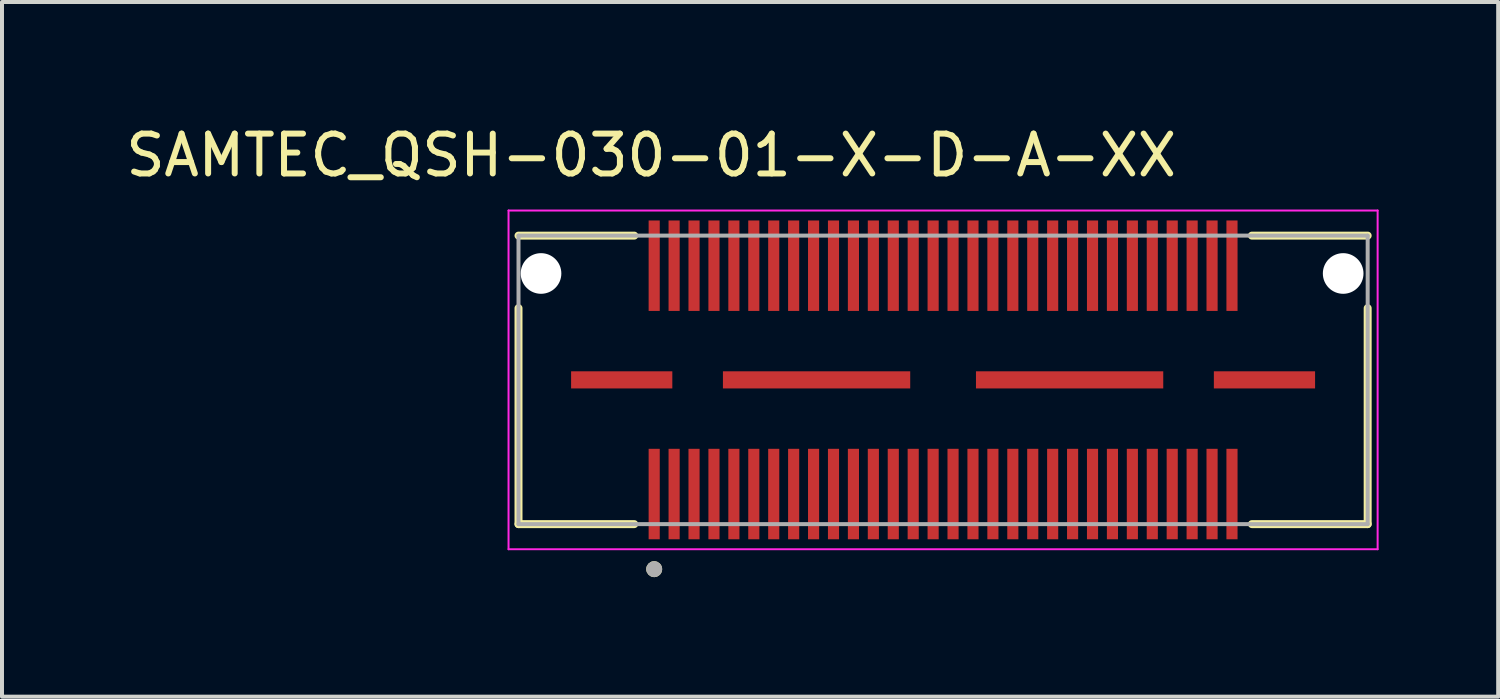
<source format=kicad_pcb>
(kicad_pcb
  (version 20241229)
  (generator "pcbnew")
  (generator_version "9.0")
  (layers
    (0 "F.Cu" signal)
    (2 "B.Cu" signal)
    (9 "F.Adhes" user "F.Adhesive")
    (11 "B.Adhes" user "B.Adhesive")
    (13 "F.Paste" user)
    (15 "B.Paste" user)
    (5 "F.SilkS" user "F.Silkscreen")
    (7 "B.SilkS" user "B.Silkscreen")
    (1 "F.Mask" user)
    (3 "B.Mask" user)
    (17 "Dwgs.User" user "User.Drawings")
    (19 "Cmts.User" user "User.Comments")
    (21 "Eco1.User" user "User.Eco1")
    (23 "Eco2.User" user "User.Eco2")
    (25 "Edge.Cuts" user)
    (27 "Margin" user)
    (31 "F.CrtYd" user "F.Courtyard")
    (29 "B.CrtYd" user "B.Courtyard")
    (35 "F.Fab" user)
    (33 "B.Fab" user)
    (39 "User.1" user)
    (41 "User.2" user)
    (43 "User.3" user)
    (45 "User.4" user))
  (footprint "SAMTEC_QSH-030-01-X-D-A-XX"
    (layer "F.Cu")
    (at 20.617 6.483)
    (property "Reference" "SAMTEC_QSH-030-01-X-D-A-XX" (at -7.325 -5.635 0) (layer "F.SilkS") (effects (font (size 1 1) (thickness 0.15))))
    (attr smd)
    (fp_line (start -10.655 -3.62) (end -7.75 -3.62) (stroke (width 0.2) (type solid)) (layer "F.SilkS"))
    (fp_line (start -10.655 3.62) (end -10.655 -1.8) (stroke (width 0.2) (type solid)) (layer "F.SilkS"))
    (fp_line (start -7.75 3.62) (end -10.655 3.62) (stroke (width 0.2) (type solid)) (layer "F.SilkS"))
    (fp_line (start 7.75 -3.62) (end 10.655 -3.62) (stroke (width 0.2) (type solid)) (layer "F.SilkS"))
    (fp_line (start 10.655 3.62) (end 7.75 3.62) (stroke (width 0.2) (type solid)) (layer "F.SilkS"))
    (fp_line (start 10.655 3.62) (end 10.655 -1.8) (stroke (width 0.2) (type solid)) (layer "F.SilkS"))
    (fp_circle (center -7.25 4.75) (end -7.15 4.75) (stroke (width 0.2) (type solid)) (fill no) (layer "F.SilkS"))
    (fp_line (start -10.905 -4.25) (end 10.905 -4.25) (stroke (width 0.05) (type solid)) (layer "F.CrtYd"))
    (fp_line (start -10.905 4.25) (end -10.905 -4.25) (stroke (width 0.05) (type solid)) (layer "F.CrtYd"))
    (fp_line (start 10.905 -4.25) (end 10.905 4.25) (stroke (width 0.05) (type solid)) (layer "F.CrtYd"))
    (fp_line (start 10.905 4.25) (end -10.905 4.25) (stroke (width 0.05) (type solid)) (layer "F.CrtYd"))
    (fp_line (start -10.655 -3.62) (end 10.655 -3.62) (stroke (width 0.1) (type solid)) (layer "F.Fab"))
    (fp_line (start -10.655 3.62) (end -10.655 -3.62) (stroke (width 0.1) (type solid)) (layer "F.Fab"))
    (fp_line (start 10.655 -3.62) (end 10.655 3.62) (stroke (width 0.1) (type solid)) (layer "F.Fab"))
    (fp_line (start 10.655 3.62) (end -10.655 3.62) (stroke (width 0.1) (type solid)) (layer "F.Fab"))
    (fp_circle (center -7.25 4.75) (end -7.15 4.75) (stroke (width 0.2) (type solid)) (fill no) (layer "F.Fab"))
    (pad "" np_thru_hole circle (at -10.09 -2.67) (size 1.02 1.02) (drill 1.02) (layers "*.Cu" "*.Mask"))
    (pad "" np_thru_hole circle (at 10.04 -2.67) (size 1.02 1.02) (drill 1.02) (layers "*.Cu" "*.Mask"))
    (pad "01" smd rect (at -7.25 2.865) (size 0.279 2.27) (layers "F.Cu" "F.Mask" "F.Paste"))
    (pad "02" smd rect (at -7.25 -2.865) (size 0.279 2.27) (layers "F.Cu" "F.Mask" "F.Paste"))
    (pad "03" smd rect (at -6.75 2.865) (size 0.279 2.27) (layers "F.Cu" "F.Mask" "F.Paste"))
    (pad "04" smd rect (at -6.75 -2.865) (size 0.279 2.27) (layers "F.Cu" "F.Mask" "F.Paste"))
    (pad "05" smd rect (at -6.25 2.865) (size 0.279 2.27) (layers "F.Cu" "F.Mask" "F.Paste"))
    (pad "06" smd rect (at -6.25 -2.865) (size 0.279 2.27) (layers "F.Cu" "F.Mask" "F.Paste"))
    (pad "07" smd rect (at -5.75 2.865) (size 0.279 2.27) (layers "F.Cu" "F.Mask" "F.Paste"))
    (pad "08" smd rect (at -5.75 -2.865) (size 0.279 2.27) (layers "F.Cu" "F.Mask" "F.Paste"))
    (pad "09" smd rect (at -5.25 2.865) (size 0.279 2.27) (layers "F.Cu" "F.Mask" "F.Paste"))
    (pad "10" smd rect (at -5.25 -2.865) (size 0.279 2.27) (layers "F.Cu" "F.Mask" "F.Paste"))
    (pad "11" smd rect (at -4.75 2.865) (size 0.279 2.27) (layers "F.Cu" "F.Mask" "F.Paste"))
    (pad "12" smd rect (at -4.75 -2.865) (size 0.279 2.27) (layers "F.Cu" "F.Mask" "F.Paste"))
    (pad "13" smd rect (at -4.25 2.865) (size 0.279 2.27) (layers "F.Cu" "F.Mask" "F.Paste"))
    (pad "14" smd rect (at -4.25 -2.865) (size 0.279 2.27) (layers "F.Cu" "F.Mask" "F.Paste"))
    (pad "15" smd rect (at -3.75 2.865) (size 0.279 2.27) (layers "F.Cu" "F.Mask" "F.Paste"))
    (pad "16" smd rect (at -3.75 -2.865) (size 0.279 2.27) (layers "F.Cu" "F.Mask" "F.Paste"))
    (pad "17" smd rect (at -3.25 2.865) (size 0.279 2.27) (layers "F.Cu" "F.Mask" "F.Paste"))
    (pad "18" smd rect (at -3.25 -2.865) (size 0.279 2.27) (layers "F.Cu" "F.Mask" "F.Paste"))
    (pad "19" smd rect (at -2.75 2.865) (size 0.279 2.27) (layers "F.Cu" "F.Mask" "F.Paste"))
    (pad "20" smd rect (at -2.75 -2.865) (size 0.279 2.27) (layers "F.Cu" "F.Mask" "F.Paste"))
    (pad "21" smd rect (at -2.25 2.865) (size 0.279 2.27) (layers "F.Cu" "F.Mask" "F.Paste"))
    (pad "22" smd rect (at -2.25 -2.865) (size 0.279 2.27) (layers "F.Cu" "F.Mask" "F.Paste"))
    (pad "23" smd rect (at -1.75 2.865) (size 0.279 2.27) (layers "F.Cu" "F.Mask" "F.Paste"))
    (pad "24" smd rect (at -1.75 -2.865) (size 0.279 2.27) (layers "F.Cu" "F.Mask" "F.Paste"))
    (pad "25" smd rect (at -1.25 2.865) (size 0.279 2.27) (layers "F.Cu" "F.Mask" "F.Paste"))
    (pad "26" smd rect (at -1.25 -2.865) (size 0.279 2.27) (layers "F.Cu" "F.Mask" "F.Paste"))
    (pad "27" smd rect (at -0.75 2.865) (size 0.279 2.27) (layers "F.Cu" "F.Mask" "F.Paste"))
    (pad "28" smd rect (at -0.75 -2.865) (size 0.279 2.27) (layers "F.Cu" "F.Mask" "F.Paste"))
    (pad "29" smd rect (at -0.25 2.865) (size 0.279 2.27) (layers "F.Cu" "F.Mask" "F.Paste"))
    (pad "30" smd rect (at -0.25 -2.865) (size 0.279 2.27) (layers "F.Cu" "F.Mask" "F.Paste"))
    (pad "31" smd rect (at 0.25 2.865) (size 0.279 2.27) (layers "F.Cu" "F.Mask" "F.Paste"))
    (pad "32" smd rect (at 0.25 -2.865) (size 0.279 2.27) (layers "F.Cu" "F.Mask" "F.Paste"))
    (pad "33" smd rect (at 0.75 2.865) (size 0.279 2.27) (layers "F.Cu" "F.Mask" "F.Paste"))
    (pad "34" smd rect (at 0.75 -2.865) (size 0.279 2.27) (layers "F.Cu" "F.Mask" "F.Paste"))
    (pad "35" smd rect (at 1.25 2.865) (size 0.279 2.27) (layers "F.Cu" "F.Mask" "F.Paste"))
    (pad "36" smd rect (at 1.25 -2.865) (size 0.279 2.27) (layers "F.Cu" "F.Mask" "F.Paste"))
    (pad "37" smd rect (at 1.75 2.865) (size 0.279 2.27) (layers "F.Cu" "F.Mask" "F.Paste"))
    (pad "38" smd rect (at 1.75 -2.865) (size 0.279 2.27) (layers "F.Cu" "F.Mask" "F.Paste"))
    (pad "39" smd rect (at 2.25 2.865) (size 0.279 2.27) (layers "F.Cu" "F.Mask" "F.Paste"))
    (pad "40" smd rect (at 2.25 -2.865) (size 0.279 2.27) (layers "F.Cu" "F.Mask" "F.Paste"))
    (pad "41" smd rect (at 2.75 2.865) (size 0.279 2.27) (layers "F.Cu" "F.Mask" "F.Paste"))
    (pad "42" smd rect (at 2.75 -2.865) (size 0.279 2.27) (layers "F.Cu" "F.Mask" "F.Paste"))
    (pad "43" smd rect (at 3.25 2.865) (size 0.279 2.27) (layers "F.Cu" "F.Mask" "F.Paste"))
    (pad "44" smd rect (at 3.25 -2.865) (size 0.279 2.27) (layers "F.Cu" "F.Mask" "F.Paste"))
    (pad "45" smd rect (at 3.75 2.865) (size 0.279 2.27) (layers "F.Cu" "F.Mask" "F.Paste"))
    (pad "46" smd rect (at 3.75 -2.865) (size 0.279 2.27) (layers "F.Cu" "F.Mask" "F.Paste"))
    (pad "47" smd rect (at 4.25 2.865) (size 0.279 2.27) (layers "F.Cu" "F.Mask" "F.Paste"))
    (pad "48" smd rect (at 4.25 -2.865) (size 0.279 2.27) (layers "F.Cu" "F.Mask" "F.Paste"))
    (pad "49" smd rect (at 4.75 2.865) (size 0.279 2.27) (layers "F.Cu" "F.Mask" "F.Paste"))
    (pad "50" smd rect (at 4.75 -2.865) (size 0.279 2.27) (layers "F.Cu" "F.Mask" "F.Paste"))
    (pad "51" smd rect (at 5.25 2.865) (size 0.279 2.27) (layers "F.Cu" "F.Mask" "F.Paste"))
    (pad "52" smd rect (at 5.25 -2.865) (size 0.279 2.27) (layers "F.Cu" "F.Mask" "F.Paste"))
    (pad "53" smd rect (at 5.75 2.865) (size 0.279 2.27) (layers "F.Cu" "F.Mask" "F.Paste"))
    (pad "54" smd rect (at 5.75 -2.865) (size 0.279 2.27) (layers "F.Cu" "F.Mask" "F.Paste"))
    (pad "55" smd rect (at 6.25 2.865) (size 0.279 2.27) (layers "F.Cu" "F.Mask" "F.Paste"))
    (pad "56" smd rect (at 6.25 -2.865) (size 0.279 2.27) (layers "F.Cu" "F.Mask" "F.Paste"))
    (pad "57" smd rect (at 6.75 2.865) (size 0.279 2.27) (layers "F.Cu" "F.Mask" "F.Paste"))
    (pad "58" smd rect (at 6.75 -2.865) (size 0.279 2.27) (layers "F.Cu" "F.Mask" "F.Paste"))
    (pad "59" smd rect (at 7.25 2.865) (size 0.279 2.27) (layers "F.Cu" "F.Mask" "F.Paste"))
    (pad "60" smd rect (at 7.25 -2.865) (size 0.279 2.27) (layers "F.Cu" "F.Mask" "F.Paste"))
    (pad "G1" smd rect (at -8.065 0) (size 2.54 0.43) (layers "F.Cu" "F.Mask" "F.Paste"))
    (pad "G2" smd rect (at -3.175 0) (size 4.7 0.43) (layers "F.Cu" "F.Mask" "F.Paste"))
    (pad "G3" smd rect (at 3.175 0) (size 4.7 0.43) (layers "F.Cu" "F.Mask" "F.Paste"))
    (pad "G4" smd rect (at 8.065 0) (size 2.54 0.43) (layers "F.Cu" "F.Mask" "F.Paste")))
  (gr_rect
    (start -3 -3)
    (end 34.547 14.433)
    (stroke (width 0.1) (type default))
    (fill no)
    (layer "Edge.Cuts")))
</source>
